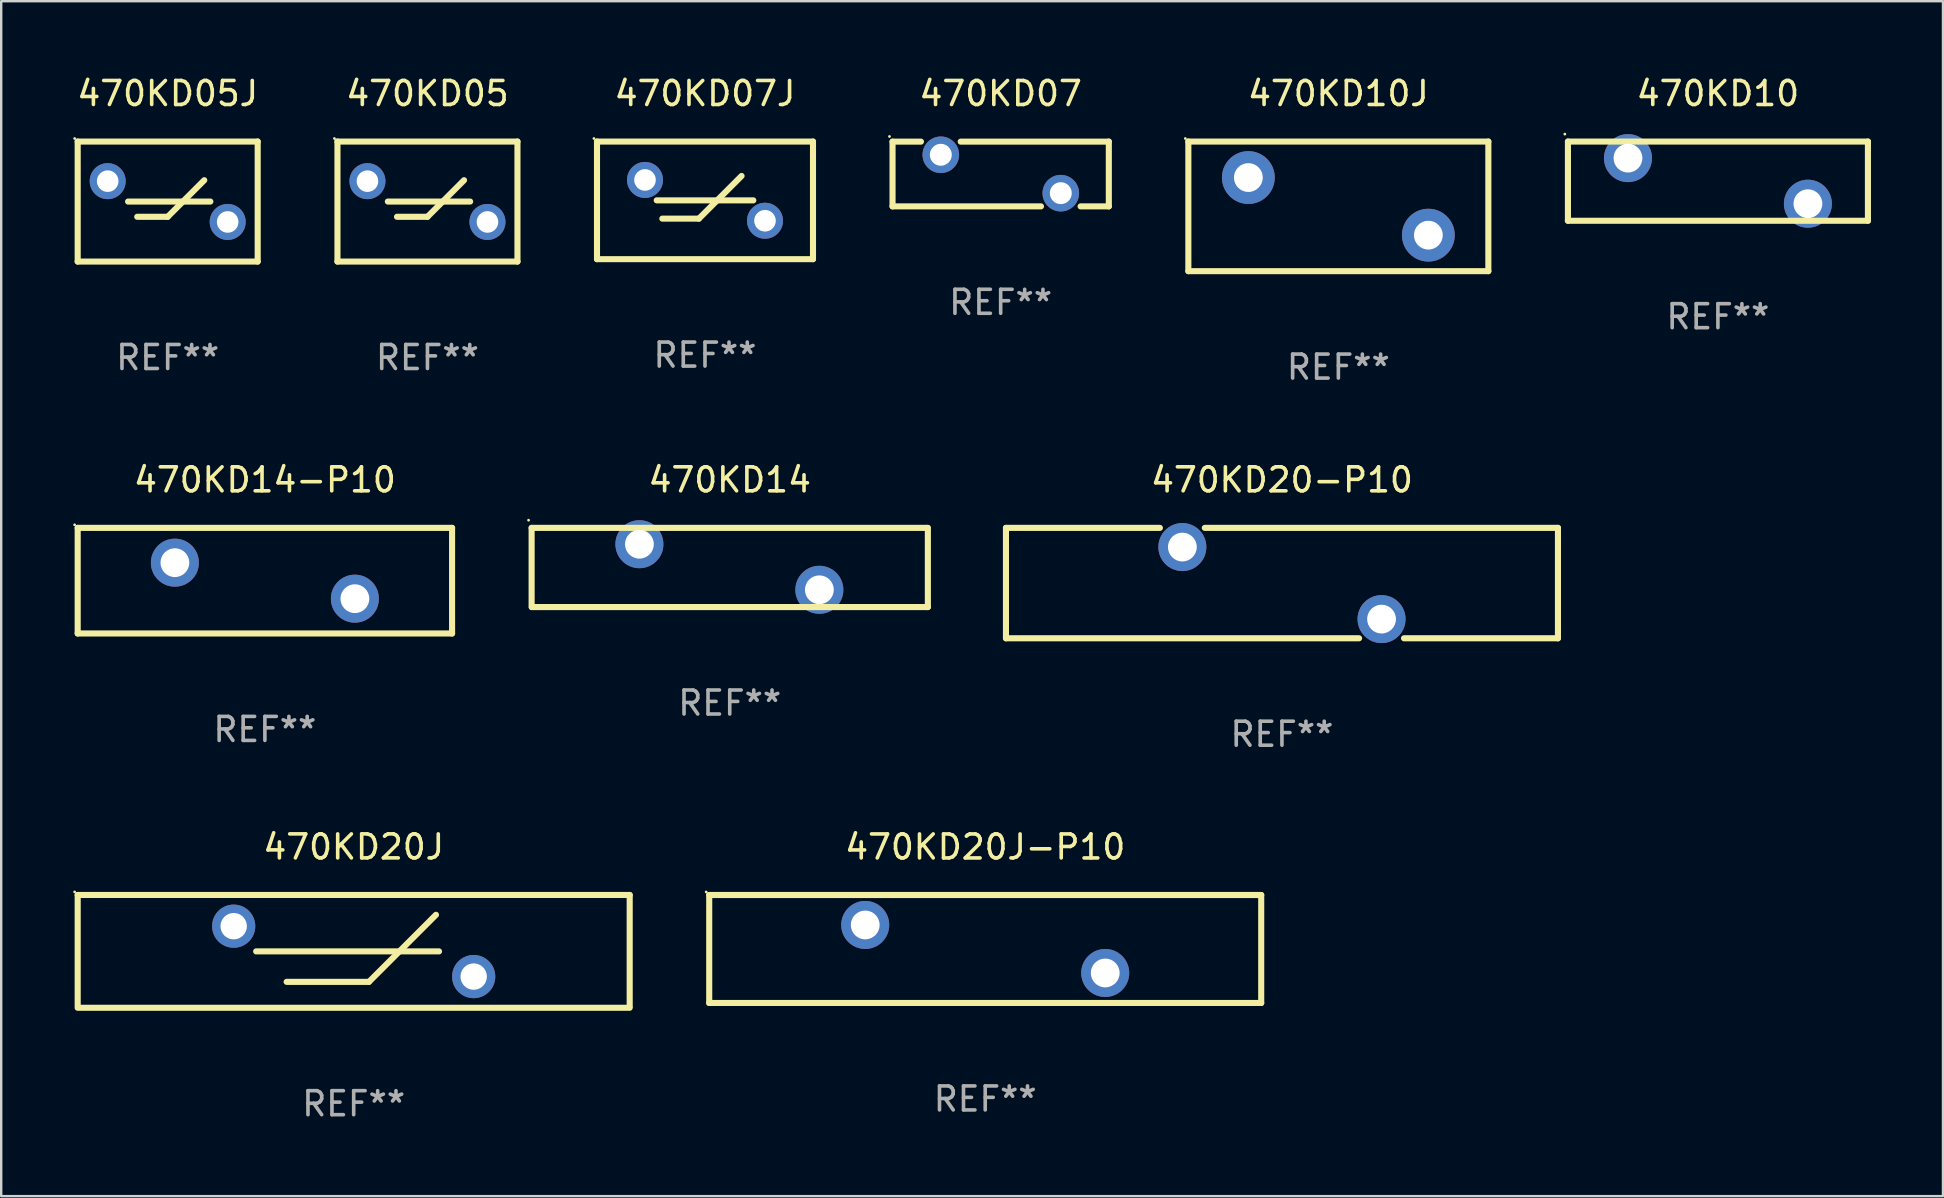
<source format=kicad_pcb>
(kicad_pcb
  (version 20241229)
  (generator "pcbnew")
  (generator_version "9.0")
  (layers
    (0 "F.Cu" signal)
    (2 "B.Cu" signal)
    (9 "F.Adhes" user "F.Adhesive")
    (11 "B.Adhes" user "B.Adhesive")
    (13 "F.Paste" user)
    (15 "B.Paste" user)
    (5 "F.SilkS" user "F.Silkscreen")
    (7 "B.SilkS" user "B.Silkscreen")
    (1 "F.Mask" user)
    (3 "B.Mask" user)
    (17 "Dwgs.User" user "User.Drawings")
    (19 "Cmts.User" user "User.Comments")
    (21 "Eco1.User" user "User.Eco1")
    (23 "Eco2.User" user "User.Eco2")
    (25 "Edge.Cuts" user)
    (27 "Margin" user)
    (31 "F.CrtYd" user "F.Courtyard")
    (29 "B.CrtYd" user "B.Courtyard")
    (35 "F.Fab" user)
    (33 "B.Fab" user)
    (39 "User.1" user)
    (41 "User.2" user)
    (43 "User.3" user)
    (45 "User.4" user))
  (footprint "470KD07J"
    (layer "F.Cu")
    (at 26.325 5.298)
    (property "Reference" "470KD07J" (at 0 -4.45 0) (layer "F.SilkS") (effects (font (size 1 1) (thickness 0.15))))
    (attr through_hole)
    (fp_line (start -4.5 -2.45) (end 4.5 -2.45) (stroke (width 0.254) (type solid)) (layer "F.SilkS"))
    (fp_line (start -4.5 2.45) (end -4.5 -2.45) (stroke (width 0.254) (type solid)) (layer "F.SilkS"))
    (fp_line (start -2.012 -0.000013) (end 2.013 -0.000013) (stroke (width 0.254) (type solid)) (layer "F.SilkS"))
    (fp_line (start -1.778 0.762) (end -0.254 0.762) (stroke (width 0.254) (type solid)) (layer "F.SilkS"))
    (fp_line (start -0.254 0.762) (end 1.524 -1.016) (stroke (width 0.254) (type solid)) (layer "F.SilkS"))
    (fp_line (start 4.5 -2.45) (end 4.5 2.45) (stroke (width 0.254) (type solid)) (layer "F.SilkS"))
    (fp_line (start 4.5 2.45) (end -4.5 2.45) (stroke (width 0.254) (type solid)) (layer "F.SilkS"))
    (fp_circle (center -4.627 -2.577) (end -4.597 -2.577) (stroke (width 0.06) (type solid)) (fill no) (layer "F.SilkS"))
    (fp_text user "REF**" (at 0 6.45 0) (layer "F.Fab") (effects (font (size 1 1) (thickness 0.15))))
    (pad "1" thru_hole circle (at -2.5 -0.85) (size 1.5 1.5) (drill 0.9) (layers "*.Cu" "*.Mask"))
    (pad "2" thru_hole circle (at 2.5 0.85) (size 1.5 1.5) (drill 0.9) (layers "*.Cu" "*.Mask")))
  (footprint "470KD10"
    (layer "F.Cu")
    (at 68.53 4.498)
    (property "Reference" "470KD10" (at 0 -3.65 0) (layer "F.SilkS") (effects (font (size 1 1) (thickness 0.15))))
    (attr through_hole)
    (fp_line (start -6.249 -1.65) (end 6.251 -1.65) (stroke (width 0.254) (type solid)) (layer "F.SilkS"))
    (fp_line (start -6.249 1.649) (end -6.249 -1.65) (stroke (width 0.254) (type solid)) (layer "F.SilkS"))
    (fp_line (start 6.251 -1.65) (end 6.251 1.65) (stroke (width 0.254) (type solid)) (layer "F.SilkS"))
    (fp_line (start 6.251 1.65) (end -6.251 1.65) (stroke (width 0.254) (type solid)) (layer "F.SilkS"))
    (fp_circle (center -6.378 -1.96) (end -6.348 -1.96) (stroke (width 0.06) (type solid)) (fill no) (layer "F.SilkS"))
    (fp_text user "REF**" (at 0 5.65 0) (layer "F.Fab") (effects (font (size 1 1) (thickness 0.15))))
    (pad "1" thru_hole circle (at -3.748 -0.96) (size 2 2) (drill 1.2) (layers "*.Cu" "*.Mask"))
    (pad "2" thru_hole circle (at 3.75 0.94) (size 2 2) (drill 1.2) (layers "*.Cu" "*.Mask")))
  (footprint "470KD20J"
    (layer "F.Cu")
    (at 11.687 36.591)
    (property "Reference" "470KD20J" (at 0 -4.35 0) (layer "F.SilkS") (effects (font (size 1 1) (thickness 0.15))))
    (attr through_hole)
    (fp_line (start -11.5 -2.35) (end -11.5 2.286) (stroke (width 0.254) (type solid)) (layer "F.SilkS"))
    (fp_line (start -4.064 0) (end 3.556 0) (stroke (width 0.254) (type solid)) (layer "F.SilkS"))
    (fp_line (start -2.794 1.27) (end 0.635 1.27) (stroke (width 0.254) (type solid)) (layer "F.SilkS"))
    (fp_line (start 0.635 1.27) (end 3.429 -1.524) (stroke (width 0.254) (type solid)) (layer "F.SilkS"))
    (fp_line (start 11.5 -2.35) (end -11.5 -2.35) (stroke (width 0.254) (type solid)) (layer "F.SilkS"))
    (fp_line (start 11.5 -2.35) (end 11.5 2.286) (stroke (width 0.254) (type solid)) (layer "F.SilkS"))
    (fp_line (start 11.5 2.35) (end -11.5 2.35) (stroke (width 0.254) (type solid)) (layer "F.SilkS"))
    (fp_circle (center -11.627 -2.477) (end -11.597 -2.477) (stroke (width 0.06) (type solid)) (fill no) (layer "F.SilkS"))
    (fp_text user "REF**" (at 0 6.35 0) (layer "F.Fab") (effects (font (size 1 1) (thickness 0.15))))
    (pad "1" thru_hole circle (at -5 -1.05) (size 1.8 1.8) (drill 1.1) (layers "*.Cu" "*.Mask"))
    (pad "2" thru_hole circle (at 5 1.05) (size 1.8 1.8) (drill 1.1) (layers "*.Cu" "*.Mask")))
  (footprint "470KD20-P10"
    (layer "F.Cu")
    (at 50.365 21.245)
    (property "Reference" "470KD20-P10" (at 0 -4.3 0) (layer "F.SilkS") (effects (font (size 1 1) (thickness 0.15))))
    (attr through_hole)
    (fp_line (start -11.5 -2.3) (end -5.086 -2.3) (stroke (width 0.254) (type solid)) (layer "F.SilkS"))
    (fp_line (start -11.5 2.3) (end -11.5 -2.3) (stroke (width 0.254) (type solid)) (layer "F.SilkS"))
    (fp_line (start -3.215 -2.3) (end 11.5 -2.3) (stroke (width 0.254) (type solid)) (layer "F.SilkS"))
    (fp_line (start 3.214 2.3) (end -11.5 2.3) (stroke (width 0.254) (type solid)) (layer "F.SilkS"))
    (fp_line (start 11.5 -2.3) (end 11.5 2.3) (stroke (width 0.254) (type solid)) (layer "F.SilkS"))
    (fp_line (start 11.5 2.3) (end 5.086 2.3) (stroke (width 0.254) (type solid)) (layer "F.SilkS"))
    (fp_circle (center -11.5 -2.3) (end -11.47 -2.3) (stroke (width 0.06) (type solid)) (fill no) (layer "F.SilkS"))
    (fp_text user "REF**" (at 0 6.3 0) (layer "F.Fab") (effects (font (size 1 1) (thickness 0.15))))
    (pad "1" thru_hole circle (at -4.15 -1.501) (size 2 2) (drill 1.2) (layers "*.Cu" "*.Mask"))
    (pad "2" thru_hole circle (at 4.15 1.501) (size 2 2) (drill 1.2) (layers "*.Cu" "*.Mask")))
  (footprint "470KD14"
    (layer "F.Cu")
    (at 27.356 20.595)
    (property "Reference" "470KD14" (at 0 -3.65 0) (layer "F.SilkS") (effects (font (size 1 1) (thickness 0.15))))
    (attr through_hole)
    (fp_line (start -8.255 -1.65) (end 8.245 -1.65) (stroke (width 0.254) (type solid)) (layer "F.SilkS"))
    (fp_line (start -8.255 1.649) (end -8.255 -1.65) (stroke (width 0.254) (type solid)) (layer "F.SilkS"))
    (fp_line (start 8.255 -1.65) (end 8.255 1.65) (stroke (width 0.254) (type solid)) (layer "F.SilkS"))
    (fp_line (start 8.255 1.65) (end -8.245 1.65) (stroke (width 0.254) (type solid)) (layer "F.SilkS"))
    (fp_circle (center -8.382 -1.97) (end -8.352 -1.97) (stroke (width 0.06) (type solid)) (fill no) (layer "F.SilkS"))
    (fp_text user "REF**" (at 0 5.65 0) (layer "F.Fab") (effects (font (size 1 1) (thickness 0.15))))
    (pad "1" thru_hole circle (at -3.764 -0.97) (size 2 2) (drill 1.2) (layers "*.Cu" "*.Mask"))
    (pad "2" thru_hole circle (at 3.734 0.93) (size 2 2) (drill 1.2) (layers "*.Cu" "*.Mask")))
  (footprint "470KD07"
    (layer "F.Cu")
    (at 38.645 4.199)
    (property "Reference" "470KD07" (at 0 -3.35 0) (layer "F.SilkS") (effects (font (size 1 1) (thickness 0.15))))
    (attr through_hole)
    (fp_line (start -4.506 -1.347) (end -3.322 -1.347) (stroke (width 0.254) (type solid)) (layer "F.SilkS"))
    (fp_line (start -4.506 1.35) (end -4.506 -1.347) (stroke (width 0.254) (type solid)) (layer "F.SilkS"))
    (fp_line (start -4.506 1.35) (end 1.679 1.35) (stroke (width 0.254) (type solid)) (layer "F.SilkS"))
    (fp_line (start -1.665 -1.347) (end 4.506 -1.347) (stroke (width 0.254) (type solid)) (layer "F.SilkS"))
    (fp_line (start 3.331 1.35) (end 4.506 1.35) (stroke (width 0.254) (type solid)) (layer "F.SilkS"))
    (fp_line (start 4.506 -1.35) (end 4.506 1.35) (stroke (width 0.254) (type solid)) (layer "F.SilkS"))
    (fp_circle (center -4.633 -1.562) (end -4.603 -1.562) (stroke (width 0.06) (type solid)) (fill no) (layer "F.SilkS"))
    (fp_text user "REF**" (at 0 5.35 0) (layer "F.Fab") (effects (font (size 1 1) (thickness 0.15))))
    (pad "1" thru_hole circle (at -2.494 -0.8) (size 1.524 1.524) (drill 0.914) (layers "*.Cu" "*.Mask"))
    (pad "2" thru_hole circle (at 2.505 0.8) (size 1.524 1.524) (drill 0.914) (layers "*.Cu" "*.Mask")))
  (footprint "470KD05"
    (layer "F.Cu")
    (at 14.761 5.348)
    (property "Reference" "470KD05" (at 0 -4.5 0) (layer "F.SilkS") (effects (font (size 1 1) (thickness 0.15))))
    (attr through_hole)
    (fp_line (start -3.75 -2.5) (end 3.75 -2.5) (stroke (width 0.254) (type solid)) (layer "F.SilkS"))
    (fp_line (start -3.75 2.5) (end -3.75 -2.5) (stroke (width 0.254) (type solid)) (layer "F.SilkS"))
    (fp_line (start -3.75 2.5) (end 3.75 2.5) (stroke (width 0.254) (type solid)) (layer "F.SilkS"))
    (fp_line (start -1.651 0) (end 1.778 0) (stroke (width 0.254) (type solid)) (layer "F.SilkS"))
    (fp_line (start -1.27 0.635) (end 0.000127 0.635) (stroke (width 0.254) (type solid)) (layer "F.SilkS"))
    (fp_line (start 0.000127 0.635) (end 1.524 -0.889) (stroke (width 0.254) (type solid)) (layer "F.SilkS"))
    (fp_line (start 3.75 -2.5) (end 3.75 2.5) (stroke (width 0.254) (type solid)) (layer "F.SilkS"))
    (fp_circle (center -3.877 -2.627) (end -3.847 -2.627) (stroke (width 0.06) (type solid)) (fill no) (layer "F.SilkS"))
    (fp_text user "REF**" (at 0 6.5 0) (layer "F.Fab") (effects (font (size 1 1) (thickness 0.15))))
    (pad "1" thru_hole circle (at -2.5 -0.85) (size 1.5 1.5) (drill 0.9) (layers "*.Cu" "*.Mask"))
    (pad "2" thru_hole circle (at 2.5 0.85) (size 1.5 1.5) (drill 0.9) (layers "*.Cu" "*.Mask")))
  (footprint "470KD14-P10"
    (layer "F.Cu")
    (at 7.987 21.145)
    (property "Reference" "470KD14-P10" (at 0 -4.2 0) (layer "F.SilkS") (effects (font (size 1 1) (thickness 0.15))))
    (attr through_hole)
    (fp_line (start -7.8 -2.2) (end -7.8 2.2) (stroke (width 0.254) (type solid)) (layer "F.SilkS"))
    (fp_line (start -7.8 -2.2) (end 7.8 -2.2) (stroke (width 0.254) (type solid)) (layer "F.SilkS"))
    (fp_line (start -7.8 2.2) (end 7.8 2.2) (stroke (width 0.254) (type solid)) (layer "F.SilkS"))
    (fp_line (start 7.8 -2.2) (end 7.8 2.2) (stroke (width 0.254) (type solid)) (layer "F.SilkS"))
    (fp_circle (center -7.927 -2.327) (end -7.897 -2.327) (stroke (width 0.06) (type solid)) (fill no) (layer "F.SilkS"))
    (fp_text user "REF**" (at 0 6.2 0) (layer "F.Fab") (effects (font (size 1 1) (thickness 0.15))))
    (pad "1" thru_hole circle (at -3.75 -0.75) (size 2 2) (drill 1.2) (layers "*.Cu" "*.Mask"))
    (pad "2" thru_hole circle (at 3.75 0.75) (size 2 2) (drill 1.2) (layers "*.Cu" "*.Mask")))
  (footprint "470KD20J-P10"
    (layer "F.Cu")
    (at 38.001 36.492)
    (property "Reference" "470KD20J-P10" (at 0 -4.25 0) (layer "F.SilkS") (effects (font (size 1 1) (thickness 0.15))))
    (attr through_hole)
    (fp_line (start -11.5 -2.25) (end 11.5 -2.25) (stroke (width 0.254) (type solid)) (layer "F.SilkS"))
    (fp_line (start -11.5 2.25) (end -11.5 -2.25) (stroke (width 0.254) (type solid)) (layer "F.SilkS"))
    (fp_line (start 11.5 -2.25) (end 11.5 2.25) (stroke (width 0.254) (type solid)) (layer "F.SilkS"))
    (fp_line (start 11.5 2.249) (end -11.5 2.249) (stroke (width 0.254) (type solid)) (layer "F.SilkS"))
    (fp_circle (center -11.627 -2.377) (end -11.597 -2.377) (stroke (width 0.06) (type solid)) (fill no) (layer "F.SilkS"))
    (fp_text user "REF**" (at 0 6.25 0) (layer "F.Fab") (effects (font (size 1 1) (thickness 0.15))))
    (pad "1" thru_hole circle (at -5 -1.002) (size 2 2) (drill 1.2) (layers "*.Cu" "*.Mask"))
    (pad "2" thru_hole circle (at 5 0.999) (size 2 2) (drill 1.2) (layers "*.Cu" "*.Mask")))
  (footprint "470KD05J"
    (layer "F.Cu")
    (at 3.937 5.348)
    (property "Reference" "470KD05J" (at 0 -4.5 0) (layer "F.SilkS") (effects (font (size 1 1) (thickness 0.15))))
    (attr through_hole)
    (fp_line (start -3.75 -2.5) (end 3.75 -2.5) (stroke (width 0.254) (type solid)) (layer "F.SilkS"))
    (fp_line (start -3.75 2.5) (end -3.75 -2.5) (stroke (width 0.254) (type solid)) (layer "F.SilkS"))
    (fp_line (start -3.75 2.5) (end 3.75 2.5) (stroke (width 0.254) (type solid)) (layer "F.SilkS"))
    (fp_line (start -1.651 0) (end 1.778 0) (stroke (width 0.254) (type solid)) (layer "F.SilkS"))
    (fp_line (start -1.27 0.635) (end 0.000127 0.635) (stroke (width 0.254) (type solid)) (layer "F.SilkS"))
    (fp_line (start 0.000127 0.635) (end 1.524 -0.889) (stroke (width 0.254) (type solid)) (layer "F.SilkS"))
    (fp_line (start 3.75 -2.5) (end 3.75 2.5) (stroke (width 0.254) (type solid)) (layer "F.SilkS"))
    (fp_circle (center -3.877 -2.627) (end -3.847 -2.627) (stroke (width 0.06) (type solid)) (fill no) (layer "F.SilkS"))
    (fp_text user "REF**" (at 0 6.5 0) (layer "F.Fab") (effects (font (size 1 1) (thickness 0.15))))
    (pad "1" thru_hole circle (at -2.5 -0.85) (size 1.5 1.5) (drill 0.9) (layers "*.Cu" "*.Mask"))
    (pad "2" thru_hole circle (at 2.5 0.85) (size 1.5 1.5) (drill 0.9) (layers "*.Cu" "*.Mask")))
  (footprint "470KD10J"
    (layer "F.Cu")
    (at 52.715 5.548)
    (property "Reference" "470KD10J" (at 0 -4.7 0) (layer "F.SilkS") (effects (font (size 1 1) (thickness 0.15))))
    (attr through_hole)
    (fp_line (start -6.25 -2.7) (end -6.25 2.7) (stroke (width 0.254) (type solid)) (layer "F.SilkS"))
    (fp_line (start -6.25 -2.7) (end 6.25 -2.7) (stroke (width 0.254) (type solid)) (layer "F.SilkS"))
    (fp_line (start -6.25 2.7) (end 6.25 2.7) (stroke (width 0.254) (type solid)) (layer "F.SilkS"))
    (fp_line (start 6.25 -2.7) (end 6.25 2.7) (stroke (width 0.254) (type solid)) (layer "F.SilkS"))
    (fp_circle (center -6.377 -2.827) (end -6.347 -2.827) (stroke (width 0.06) (type solid)) (fill no) (layer "F.SilkS"))
    (fp_text user "REF**" (at 0 6.7 0) (layer "F.Fab") (effects (font (size 1 1) (thickness 0.15))))
    (pad "1" thru_hole circle (at -3.75 -1.2) (size 2.2 2.2) (drill 1.2) (layers "*.Cu" "*.Mask"))
    (pad "2" thru_hole circle (at 3.75 1.2) (size 2.2 2.2) (drill 1.2) (layers "*.Cu" "*.Mask")))
  (gr_rect
    (start -3 -3)
    (end 77.908 46.789)
    (stroke (width 0.1) (type default))
    (fill no)
    (layer "Edge.Cuts")))
</source>
